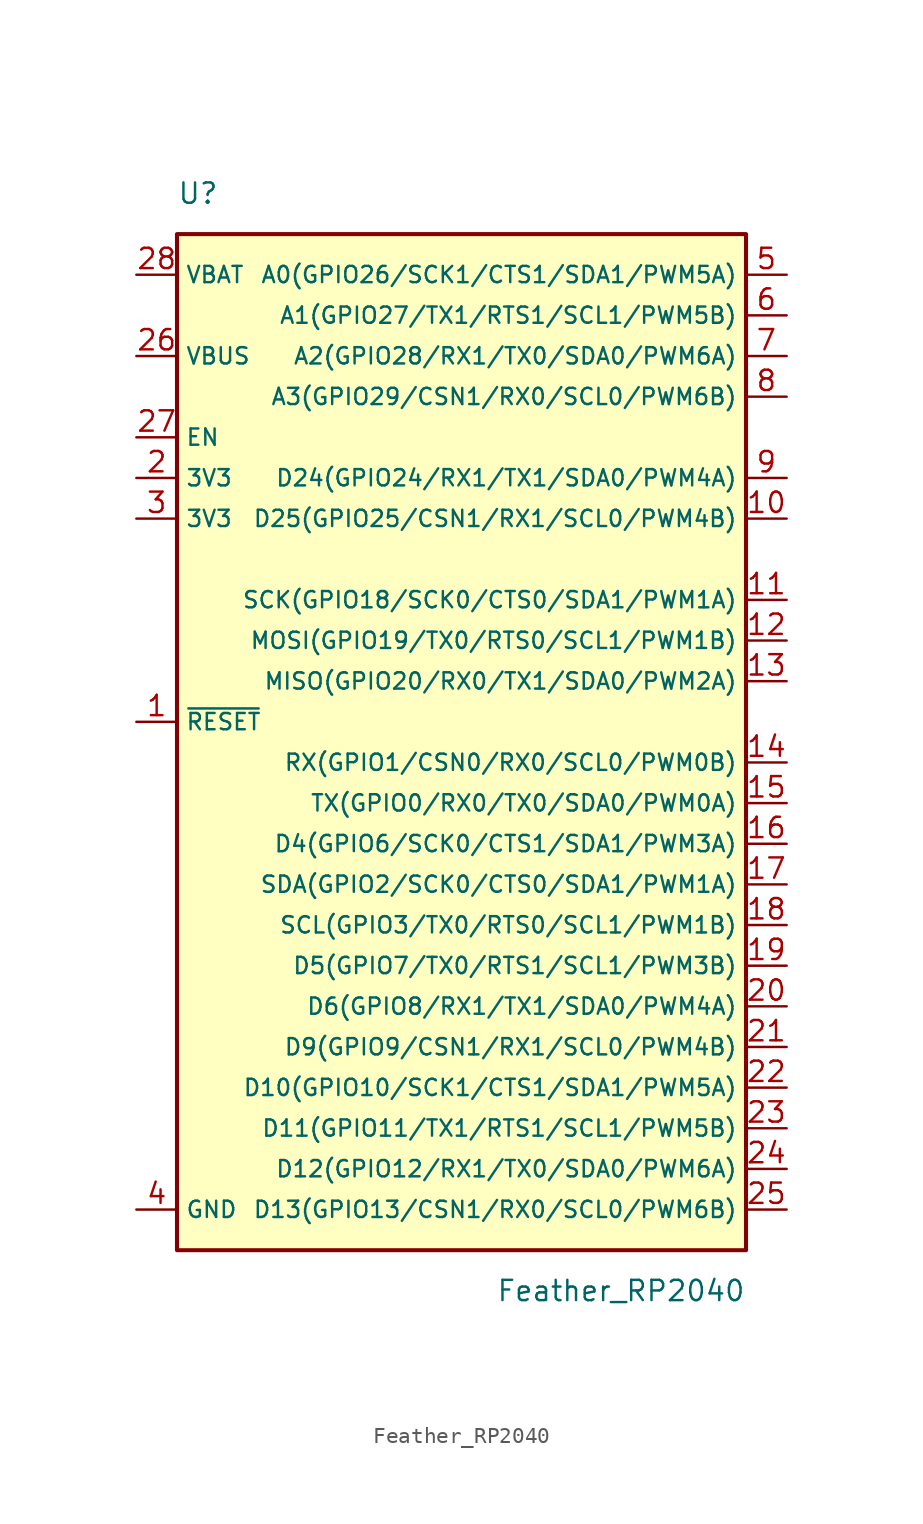
<source format=kicad_sym>
(kicad_symbol_lib
  (version 20211014)
  (generator kicad_symbol_editor)
  (symbol "Feather_RP2040"
    (property "Reference" "U"
      (at -17.78 35.56 0)
      (effects (font (size 1.27 1.27)) (justify left)))
    (property "Value" "Feather_RP2040"
      (at 17.78 -33.02 0)
      (effects (font (size 1.27 1.27)) (justify right)))
    (symbol "Feather_RP2040_0_1"
      (rectangle (start -17.78 33.02) (end 17.78 -30.48) (stroke (width 0.254) (type default) (color 0 0 0 0)) (fill (type background))))
    (symbol "Feather_RP2040_1_1"
      (pin input line (at -20.32 2.54 0) (length 2.54) (name "~{RESET}" (effects (font (size 1.016 1.016)))) (number "1" (effects (font (size 1.27 1.27)))))
      (pin bidirectional line (at 20.32 15.24 180) (length 2.54) (name "D25(GPIO25/CSN1/RX1/SCL0/PWM4B)" (effects (font (size 1.016 1.016)))) (number "10" (effects (font (size 1.27 1.27)))))
      (pin bidirectional line (at 20.32 10.16 180) (length 2.54) (name "SCK(GPIO18/SCK0/CTS0/SDA1/PWM1A)" (effects (font (size 1.016 1.016)))) (number "11" (effects (font (size 1.27 1.27)))))
      (pin bidirectional line (at 20.32 7.62 180) (length 2.54) (name "MOSI(GPIO19/TX0/RTS0/SCL1/PWM1B)" (effects (font (size 1.016 1.016)))) (number "12" (effects (font (size 1.27 1.27)))))
      (pin bidirectional line (at 20.32 5.08 180) (length 2.54) (name "MISO(GPIO20/RX0/TX1/SDA0/PWM2A)" (effects (font (size 1.016 1.016)))) (number "13" (effects (font (size 1.27 1.27)))))
      (pin bidirectional line (at 20.32 0 180) (length 2.54) (name "RX(GPIO1/CSN0/RX0/SCL0/PWM0B)" (effects (font (size 1.016 1.016)))) (number "14" (effects (font (size 1.27 1.27)))))
      (pin bidirectional line (at 20.32 -2.54 180) (length 2.54) (name "TX(GPIO0/RX0/TX0/SDA0/PWM0A)" (effects (font (size 1.016 1.016)))) (number "15" (effects (font (size 1.27 1.27)))))
      (pin bidirectional line (at 20.32 -5.08 180) (length 2.54) (name "D4(GPIO6/SCK0/CTS1/SDA1/PWM3A)" (effects (font (size 1.016 1.016)))) (number "16" (effects (font (size 1.27 1.27)))))
      (pin bidirectional line (at 20.32 -7.62 180) (length 2.54) (name "SDA(GPIO2/SCK0/CTS0/SDA1/PWM1A)" (effects (font (size 1.016 1.016)))) (number "17" (effects (font (size 1.27 1.27)))))
      (pin bidirectional line (at 20.32 -10.16 180) (length 2.54) (name "SCL(GPIO3/TX0/RTS0/SCL1/PWM1B)" (effects (font (size 1.016 1.016)))) (number "18" (effects (font (size 1.27 1.27)))))
      (pin bidirectional line (at 20.32 -12.7 180) (length 2.54) (name "D5(GPIO7/TX0/RTS1/SCL1/PWM3B)" (effects (font (size 1.016 1.016)))) (number "19" (effects (font (size 1.27 1.27)))))
      (pin power_out line (at -20.32 17.78 0) (length 2.54) (name "3V3" (effects (font (size 1.016 1.016)))) (number "2" (effects (font (size 1.27 1.27)))))
      (pin bidirectional line (at 20.32 -15.24 180) (length 2.54) (name "D6(GPIO8/RX1/TX1/SDA0/PWM4A)" (effects (font (size 1.016 1.016)))) (number "20" (effects (font (size 1.27 1.27)))))
      (pin bidirectional line (at 20.32 -17.78 180) (length 2.54) (name "D9(GPIO9/CSN1/RX1/SCL0/PWM4B)" (effects (font (size 1.016 1.016)))) (number "21" (effects (font (size 1.27 1.27)))))
      (pin bidirectional line (at 20.32 -20.32 180) (length 2.54) (name "D10(GPIO10/SCK1/CTS1/SDA1/PWM5A)" (effects (font (size 1.016 1.016)))) (number "22" (effects (font (size 1.27 1.27)))))
      (pin bidirectional line (at 20.32 -22.86 180) (length 2.54) (name "D11(GPIO11/TX1/RTS1/SCL1/PWM5B)" (effects (font (size 1.016 1.016)))) (number "23" (effects (font (size 1.27 1.27)))))
      (pin bidirectional line (at 20.32 -25.4 180) (length 2.54) (name "D12(GPIO12/RX1/TX0/SDA0/PWM6A)" (effects (font (size 1.016 1.016)))) (number "24" (effects (font (size 1.27 1.27)))))
      (pin bidirectional line (at 20.32 -27.94 180) (length 2.54) (name "D13(GPIO13/CSN1/RX0/SCL0/PWM6B)" (effects (font (size 1.016 1.016)))) (number "25" (effects (font (size 1.27 1.27)))))
      (pin power_out line (at -20.32 25.4 0) (length 2.54) (name "VBUS" (effects (font (size 1.016 1.016)))) (number "26" (effects (font (size 1.27 1.27)))))
      (pin input line (at -20.32 20.32 0) (length 2.54) (name "EN" (effects (font (size 1.016 1.016)))) (number "27" (effects (font (size 1.27 1.27)))))
      (pin power_in line (at -20.32 30.48 0) (length 2.54) (name "VBAT" (effects (font (size 1.016 1.016)))) (number "28" (effects (font (size 1.27 1.27)))))
      (pin power_out line (at -20.32 15.24 0) (length 2.54) (name "3V3" (effects (font (size 1.016 1.016)))) (number "3" (effects (font (size 1.27 1.27)))))
      (pin power_in line (at -20.32 -27.94 0) (length 2.54) (name "GND" (effects (font (size 1.016 1.016)))) (number "4" (effects (font (size 1.27 1.27)))))
      (pin bidirectional line (at 20.32 30.48 180) (length 2.54) (name "A0(GPIO26/SCK1/CTS1/SDA1/PWM5A)" (effects (font (size 1.016 1.016)))) (number "5" (effects (font (size 1.27 1.27)))))
      (pin bidirectional line (at 20.32 27.94 180) (length 2.54) (name "A1(GPIO27/TX1/RTS1/SCL1/PWM5B)" (effects (font (size 1.016 1.016)))) (number "6" (effects (font (size 1.27 1.27)))))
      (pin bidirectional line (at 20.32 25.4 180) (length 2.54) (name "A2(GPIO28/RX1/TX0/SDA0/PWM6A)" (effects (font (size 1.016 1.016)))) (number "7" (effects (font (size 1.27 1.27)))))
      (pin bidirectional line (at 20.32 22.86 180) (length 2.54) (name "A3(GPIO29/CSN1/RX0/SCL0/PWM6B)" (effects (font (size 1.016 1.016)))) (number "8" (effects (font (size 1.27 1.27)))))
      (pin bidirectional line (at 20.32 17.78 180) (length 2.54) (name "D24(GPIO24/RX1/TX1/SDA0/PWM4A)" (effects (font (size 1.016 1.016)))) (number "9" (effects (font (size 1.27 1.27))))))))
</source>
